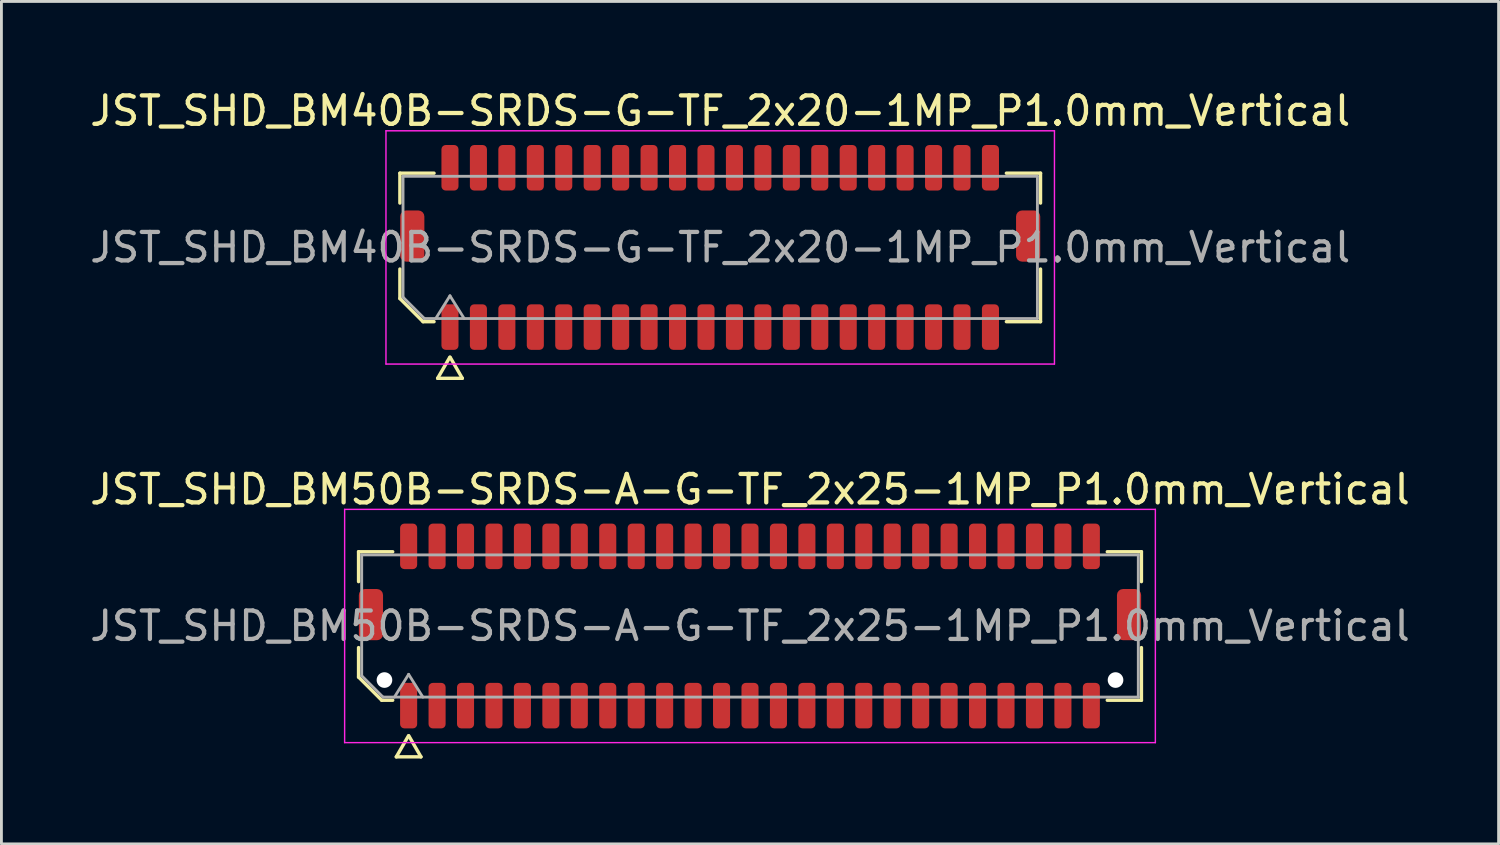
<source format=kicad_pcb>
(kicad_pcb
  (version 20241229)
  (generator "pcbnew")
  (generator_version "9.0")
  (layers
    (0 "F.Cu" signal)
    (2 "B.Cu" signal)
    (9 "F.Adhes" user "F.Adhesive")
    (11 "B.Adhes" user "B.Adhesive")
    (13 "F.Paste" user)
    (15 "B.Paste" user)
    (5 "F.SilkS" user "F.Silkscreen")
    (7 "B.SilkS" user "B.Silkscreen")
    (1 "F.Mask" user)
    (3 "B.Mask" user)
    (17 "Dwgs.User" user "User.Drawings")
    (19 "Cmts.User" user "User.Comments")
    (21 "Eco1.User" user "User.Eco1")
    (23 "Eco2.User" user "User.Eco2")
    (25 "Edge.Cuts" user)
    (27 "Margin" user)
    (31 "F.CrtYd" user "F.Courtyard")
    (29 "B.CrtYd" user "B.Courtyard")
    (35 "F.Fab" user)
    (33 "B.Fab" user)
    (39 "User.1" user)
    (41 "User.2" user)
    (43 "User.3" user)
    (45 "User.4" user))
  (footprint "JST_SHD_BM50B-SRDS-A-G-TF_2x25-1MP_P1.0mm_Vertical"
    (layer "F.Cu")
    (at 23.315 18.956)
    (property "Reference" "JST_SHD_BM50B-SRDS-A-G-TF_2x25-1MP_P1.0mm_Vertical" (at 0 -4.8 0) (layer "F.SilkS") (effects (font (size 1 1) (thickness 0.15))))
    (attr smd)
    (fp_line (start -13.76 -2.61) (end -12.56 -2.61) (stroke (width 0.12) (type solid)) (layer "F.SilkS"))
    (fp_line (start -13.76 -1.56) (end -13.76 -2.61) (stroke (width 0.12) (type solid)) (layer "F.SilkS"))
    (fp_line (start -13.76 1.796) (end -13.76 0.76) (stroke (width 0.12) (type solid)) (layer "F.SilkS"))
    (fp_line (start -12.946 2.61) (end -13.76 1.796) (stroke (width 0.12) (type solid)) (layer "F.SilkS"))
    (fp_line (start -12.56 2.61) (end -12.946 2.61) (stroke (width 0.12) (type solid)) (layer "F.SilkS"))
    (fp_line (start -12.433 4.6) (end -12.006 3.86) (stroke (width 0.12) (type solid)) (layer "F.SilkS"))
    (fp_line (start -11.994 3.86) (end -11.567 4.6) (stroke (width 0.12) (type solid)) (layer "F.SilkS"))
    (fp_line (start -11.567 4.6) (end -12.433 4.6) (stroke (width 0.12) (type solid)) (layer "F.SilkS"))
    (fp_line (start 12.56 -2.61) (end 13.76 -2.61) (stroke (width 0.12) (type solid)) (layer "F.SilkS"))
    (fp_line (start 13.76 -2.61) (end 13.76 -1.56) (stroke (width 0.12) (type solid)) (layer "F.SilkS"))
    (fp_line (start 13.76 0.76) (end 13.76 2.61) (stroke (width 0.12) (type solid)) (layer "F.SilkS"))
    (fp_line (start 13.76 2.61) (end 12.56 2.61) (stroke (width 0.12) (type solid)) (layer "F.SilkS"))
    (fp_line (start -14.25 -4.1) (end -14.25 4.1) (stroke (width 0.05) (type solid)) (layer "F.CrtYd"))
    (fp_line (start -14.25 4.1) (end 14.25 4.1) (stroke (width 0.05) (type solid)) (layer "F.CrtYd"))
    (fp_line (start 14.25 -4.1) (end -14.25 -4.1) (stroke (width 0.05) (type solid)) (layer "F.CrtYd"))
    (fp_line (start 14.25 4.1) (end 14.25 -4.1) (stroke (width 0.05) (type solid)) (layer "F.CrtYd"))
    (fp_line (start -13.65 -2.5) (end 13.65 -2.5) (stroke (width 0.1) (type solid)) (layer "F.Fab"))
    (fp_line (start -13.65 1.75) (end -13.65 -2.5) (stroke (width 0.1) (type solid)) (layer "F.Fab"))
    (fp_line (start -12.9 2.5) (end -13.65 1.75) (stroke (width 0.1) (type solid)) (layer "F.Fab"))
    (fp_line (start -12.5 2.5) (end -12 1.7) (stroke (width 0.1) (type solid)) (layer "F.Fab"))
    (fp_line (start -12 1.7) (end -11.5 2.5) (stroke (width 0.1) (type solid)) (layer "F.Fab"))
    (fp_line (start 13.65 -2.5) (end 13.65 2.5) (stroke (width 0.1) (type solid)) (layer "F.Fab"))
    (fp_line (start 13.65 2.5) (end -12.9 2.5) (stroke (width 0.1) (type solid)) (layer "F.Fab"))
    (fp_text user "${REFERENCE}" (at 0 0 0) (layer "F.Fab") (effects (font (size 1 1) (thickness 0.15))))
    (pad "" np_thru_hole circle (at -12.85 1.9) (size 0.55 0.55) (drill 0.55) (layers "*.Cu" "*.Mask"))
    (pad "" np_thru_hole circle (at 12.85 1.9) (size 0.55 0.55) (drill 0.55) (layers "*.Cu" "*.Mask"))
    (pad "1" smd roundrect (at -12 2.8) (size 0.6 1.6) (layers "F.Cu" "F.Mask" "F.Paste") (roundrect_rratio 0.25))
    (pad "2" smd roundrect (at -12 -2.8) (size 0.6 1.6) (layers "F.Cu" "F.Mask" "F.Paste") (roundrect_rratio 0.25))
    (pad "3" smd roundrect (at -11 2.8) (size 0.6 1.6) (layers "F.Cu" "F.Mask" "F.Paste") (roundrect_rratio 0.25))
    (pad "4" smd roundrect (at -11 -2.8) (size 0.6 1.6) (layers "F.Cu" "F.Mask" "F.Paste") (roundrect_rratio 0.25))
    (pad "5" smd roundrect (at -10 2.8) (size 0.6 1.6) (layers "F.Cu" "F.Mask" "F.Paste") (roundrect_rratio 0.25))
    (pad "6" smd roundrect (at -10 -2.8) (size 0.6 1.6) (layers "F.Cu" "F.Mask" "F.Paste") (roundrect_rratio 0.25))
    (pad "7" smd roundrect (at -9 2.8) (size 0.6 1.6) (layers "F.Cu" "F.Mask" "F.Paste") (roundrect_rratio 0.25))
    (pad "8" smd roundrect (at -9 -2.8) (size 0.6 1.6) (layers "F.Cu" "F.Mask" "F.Paste") (roundrect_rratio 0.25))
    (pad "9" smd roundrect (at -8 2.8) (size 0.6 1.6) (layers "F.Cu" "F.Mask" "F.Paste") (roundrect_rratio 0.25))
    (pad "10" smd roundrect (at -8 -2.8) (size 0.6 1.6) (layers "F.Cu" "F.Mask" "F.Paste") (roundrect_rratio 0.25))
    (pad "11" smd roundrect (at -7 2.8) (size 0.6 1.6) (layers "F.Cu" "F.Mask" "F.Paste") (roundrect_rratio 0.25))
    (pad "12" smd roundrect (at -7 -2.8) (size 0.6 1.6) (layers "F.Cu" "F.Mask" "F.Paste") (roundrect_rratio 0.25))
    (pad "13" smd roundrect (at -6 2.8) (size 0.6 1.6) (layers "F.Cu" "F.Mask" "F.Paste") (roundrect_rratio 0.25))
    (pad "14" smd roundrect (at -6 -2.8) (size 0.6 1.6) (layers "F.Cu" "F.Mask" "F.Paste") (roundrect_rratio 0.25))
    (pad "15" smd roundrect (at -5 2.8) (size 0.6 1.6) (layers "F.Cu" "F.Mask" "F.Paste") (roundrect_rratio 0.25))
    (pad "16" smd roundrect (at -5 -2.8) (size 0.6 1.6) (layers "F.Cu" "F.Mask" "F.Paste") (roundrect_rratio 0.25))
    (pad "17" smd roundrect (at -4 2.8) (size 0.6 1.6) (layers "F.Cu" "F.Mask" "F.Paste") (roundrect_rratio 0.25))
    (pad "18" smd roundrect (at -4 -2.8) (size 0.6 1.6) (layers "F.Cu" "F.Mask" "F.Paste") (roundrect_rratio 0.25))
    (pad "19" smd roundrect (at -3 2.8) (size 0.6 1.6) (layers "F.Cu" "F.Mask" "F.Paste") (roundrect_rratio 0.25))
    (pad "20" smd roundrect (at -3 -2.8) (size 0.6 1.6) (layers "F.Cu" "F.Mask" "F.Paste") (roundrect_rratio 0.25))
    (pad "21" smd roundrect (at -2 2.8) (size 0.6 1.6) (layers "F.Cu" "F.Mask" "F.Paste") (roundrect_rratio 0.25))
    (pad "22" smd roundrect (at -2 -2.8) (size 0.6 1.6) (layers "F.Cu" "F.Mask" "F.Paste") (roundrect_rratio 0.25))
    (pad "23" smd roundrect (at -1 2.8) (size 0.6 1.6) (layers "F.Cu" "F.Mask" "F.Paste") (roundrect_rratio 0.25))
    (pad "24" smd roundrect (at -1 -2.8) (size 0.6 1.6) (layers "F.Cu" "F.Mask" "F.Paste") (roundrect_rratio 0.25))
    (pad "25" smd roundrect (at 0 2.8) (size 0.6 1.6) (layers "F.Cu" "F.Mask" "F.Paste") (roundrect_rratio 0.25))
    (pad "26" smd roundrect (at 0 -2.8) (size 0.6 1.6) (layers "F.Cu" "F.Mask" "F.Paste") (roundrect_rratio 0.25))
    (pad "27" smd roundrect (at 1 2.8) (size 0.6 1.6) (layers "F.Cu" "F.Mask" "F.Paste") (roundrect_rratio 0.25))
    (pad "28" smd roundrect (at 1 -2.8) (size 0.6 1.6) (layers "F.Cu" "F.Mask" "F.Paste") (roundrect_rratio 0.25))
    (pad "29" smd roundrect (at 2 2.8) (size 0.6 1.6) (layers "F.Cu" "F.Mask" "F.Paste") (roundrect_rratio 0.25))
    (pad "30" smd roundrect (at 2 -2.8) (size 0.6 1.6) (layers "F.Cu" "F.Mask" "F.Paste") (roundrect_rratio 0.25))
    (pad "31" smd roundrect (at 3 2.8) (size 0.6 1.6) (layers "F.Cu" "F.Mask" "F.Paste") (roundrect_rratio 0.25))
    (pad "32" smd roundrect (at 3 -2.8) (size 0.6 1.6) (layers "F.Cu" "F.Mask" "F.Paste") (roundrect_rratio 0.25))
    (pad "33" smd roundrect (at 4 2.8) (size 0.6 1.6) (layers "F.Cu" "F.Mask" "F.Paste") (roundrect_rratio 0.25))
    (pad "34" smd roundrect (at 4 -2.8) (size 0.6 1.6) (layers "F.Cu" "F.Mask" "F.Paste") (roundrect_rratio 0.25))
    (pad "35" smd roundrect (at 5 2.8) (size 0.6 1.6) (layers "F.Cu" "F.Mask" "F.Paste") (roundrect_rratio 0.25))
    (pad "36" smd roundrect (at 5 -2.8) (size 0.6 1.6) (layers "F.Cu" "F.Mask" "F.Paste") (roundrect_rratio 0.25))
    (pad "37" smd roundrect (at 6 2.8) (size 0.6 1.6) (layers "F.Cu" "F.Mask" "F.Paste") (roundrect_rratio 0.25))
    (pad "38" smd roundrect (at 6 -2.8) (size 0.6 1.6) (layers "F.Cu" "F.Mask" "F.Paste") (roundrect_rratio 0.25))
    (pad "39" smd roundrect (at 7 2.8) (size 0.6 1.6) (layers "F.Cu" "F.Mask" "F.Paste") (roundrect_rratio 0.25))
    (pad "40" smd roundrect (at 7 -2.8) (size 0.6 1.6) (layers "F.Cu" "F.Mask" "F.Paste") (roundrect_rratio 0.25))
    (pad "41" smd roundrect (at 8 2.8) (size 0.6 1.6) (layers "F.Cu" "F.Mask" "F.Paste") (roundrect_rratio 0.25))
    (pad "42" smd roundrect (at 8 -2.8) (size 0.6 1.6) (layers "F.Cu" "F.Mask" "F.Paste") (roundrect_rratio 0.25))
    (pad "43" smd roundrect (at 9 2.8) (size 0.6 1.6) (layers "F.Cu" "F.Mask" "F.Paste") (roundrect_rratio 0.25))
    (pad "44" smd roundrect (at 9 -2.8) (size 0.6 1.6) (layers "F.Cu" "F.Mask" "F.Paste") (roundrect_rratio 0.25))
    (pad "45" smd roundrect (at 10 2.8) (size 0.6 1.6) (layers "F.Cu" "F.Mask" "F.Paste") (roundrect_rratio 0.25))
    (pad "46" smd roundrect (at 10 -2.8) (size 0.6 1.6) (layers "F.Cu" "F.Mask" "F.Paste") (roundrect_rratio 0.25))
    (pad "47" smd roundrect (at 11 2.8) (size 0.6 1.6) (layers "F.Cu" "F.Mask" "F.Paste") (roundrect_rratio 0.25))
    (pad "48" smd roundrect (at 11 -2.8) (size 0.6 1.6) (layers "F.Cu" "F.Mask" "F.Paste") (roundrect_rratio 0.25))
    (pad "49" smd roundrect (at 12 2.8) (size 0.6 1.6) (layers "F.Cu" "F.Mask" "F.Paste") (roundrect_rratio 0.25))
    (pad "50" smd roundrect (at 12 -2.8) (size 0.6 1.6) (layers "F.Cu" "F.Mask" "F.Paste") (roundrect_rratio 0.25))
    (pad "MP" smd roundrect (at -13.325 -0.4) (size 0.85 1.8) (layers "F.Cu" "F.Mask" "F.Paste") (roundrect_rratio 0.25))
    (pad "MP" smd roundrect (at 13.325 -0.4) (size 0.85 1.8) (layers "F.Cu" "F.Mask" "F.Paste") (roundrect_rratio 0.25)))
  (footprint "JST_SHD_BM40B-SRDS-G-TF_2x20-1MP_P1.0mm_Vertical"
    (layer "F.Cu")
    (at 22.268 5.648)
    (property "Reference" "JST_SHD_BM40B-SRDS-G-TF_2x20-1MP_P1.0mm_Vertical" (at 0 -4.8 0) (layer "F.SilkS") (effects (font (size 1 1) (thickness 0.15))))
    (attr smd)
    (fp_line (start -11.26 -2.61) (end -10.06 -2.61) (stroke (width 0.12) (type solid)) (layer "F.SilkS"))
    (fp_line (start -11.26 -1.56) (end -11.26 -2.61) (stroke (width 0.12) (type solid)) (layer "F.SilkS"))
    (fp_line (start -11.26 1.796) (end -11.26 0.76) (stroke (width 0.12) (type solid)) (layer "F.SilkS"))
    (fp_line (start -10.446 2.61) (end -11.26 1.796) (stroke (width 0.12) (type solid)) (layer "F.SilkS"))
    (fp_line (start -10.06 2.61) (end -10.446 2.61) (stroke (width 0.12) (type solid)) (layer "F.SilkS"))
    (fp_line (start -9.933 4.6) (end -9.506 3.86) (stroke (width 0.12) (type solid)) (layer "F.SilkS"))
    (fp_line (start -9.494 3.86) (end -9.067 4.6) (stroke (width 0.12) (type solid)) (layer "F.SilkS"))
    (fp_line (start -9.067 4.6) (end -9.933 4.6) (stroke (width 0.12) (type solid)) (layer "F.SilkS"))
    (fp_line (start 10.06 -2.61) (end 11.26 -2.61) (stroke (width 0.12) (type solid)) (layer "F.SilkS"))
    (fp_line (start 11.26 -2.61) (end 11.26 -1.56) (stroke (width 0.12) (type solid)) (layer "F.SilkS"))
    (fp_line (start 11.26 0.76) (end 11.26 2.61) (stroke (width 0.12) (type solid)) (layer "F.SilkS"))
    (fp_line (start 11.26 2.61) (end 10.06 2.61) (stroke (width 0.12) (type solid)) (layer "F.SilkS"))
    (fp_line (start -11.75 -4.1) (end -11.75 4.1) (stroke (width 0.05) (type solid)) (layer "F.CrtYd"))
    (fp_line (start -11.75 4.1) (end 11.75 4.1) (stroke (width 0.05) (type solid)) (layer "F.CrtYd"))
    (fp_line (start 11.75 -4.1) (end -11.75 -4.1) (stroke (width 0.05) (type solid)) (layer "F.CrtYd"))
    (fp_line (start 11.75 4.1) (end 11.75 -4.1) (stroke (width 0.05) (type solid)) (layer "F.CrtYd"))
    (fp_line (start -11.15 -2.5) (end 11.15 -2.5) (stroke (width 0.1) (type solid)) (layer "F.Fab"))
    (fp_line (start -11.15 1.75) (end -11.15 -2.5) (stroke (width 0.1) (type solid)) (layer "F.Fab"))
    (fp_line (start -10.4 2.5) (end -11.15 1.75) (stroke (width 0.1) (type solid)) (layer "F.Fab"))
    (fp_line (start -10 2.5) (end -9.5 1.7) (stroke (width 0.1) (type solid)) (layer "F.Fab"))
    (fp_line (start -9.5 1.7) (end -9 2.5) (stroke (width 0.1) (type solid)) (layer "F.Fab"))
    (fp_line (start 11.15 -2.5) (end 11.15 2.5) (stroke (width 0.1) (type solid)) (layer "F.Fab"))
    (fp_line (start 11.15 2.5) (end -10.4 2.5) (stroke (width 0.1) (type solid)) (layer "F.Fab"))
    (fp_text user "${REFERENCE}" (at 0 0 0) (layer "F.Fab") (effects (font (size 1 1) (thickness 0.15))))
    (pad "1" smd roundrect (at -9.5 2.8) (size 0.6 1.6) (layers "F.Cu" "F.Mask" "F.Paste") (roundrect_rratio 0.25))
    (pad "2" smd roundrect (at -9.5 -2.8) (size 0.6 1.6) (layers "F.Cu" "F.Mask" "F.Paste") (roundrect_rratio 0.25))
    (pad "3" smd roundrect (at -8.5 2.8) (size 0.6 1.6) (layers "F.Cu" "F.Mask" "F.Paste") (roundrect_rratio 0.25))
    (pad "4" smd roundrect (at -8.5 -2.8) (size 0.6 1.6) (layers "F.Cu" "F.Mask" "F.Paste") (roundrect_rratio 0.25))
    (pad "5" smd roundrect (at -7.5 2.8) (size 0.6 1.6) (layers "F.Cu" "F.Mask" "F.Paste") (roundrect_rratio 0.25))
    (pad "6" smd roundrect (at -7.5 -2.8) (size 0.6 1.6) (layers "F.Cu" "F.Mask" "F.Paste") (roundrect_rratio 0.25))
    (pad "7" smd roundrect (at -6.5 2.8) (size 0.6 1.6) (layers "F.Cu" "F.Mask" "F.Paste") (roundrect_rratio 0.25))
    (pad "8" smd roundrect (at -6.5 -2.8) (size 0.6 1.6) (layers "F.Cu" "F.Mask" "F.Paste") (roundrect_rratio 0.25))
    (pad "9" smd roundrect (at -5.5 2.8) (size 0.6 1.6) (layers "F.Cu" "F.Mask" "F.Paste") (roundrect_rratio 0.25))
    (pad "10" smd roundrect (at -5.5 -2.8) (size 0.6 1.6) (layers "F.Cu" "F.Mask" "F.Paste") (roundrect_rratio 0.25))
    (pad "11" smd roundrect (at -4.5 2.8) (size 0.6 1.6) (layers "F.Cu" "F.Mask" "F.Paste") (roundrect_rratio 0.25))
    (pad "12" smd roundrect (at -4.5 -2.8) (size 0.6 1.6) (layers "F.Cu" "F.Mask" "F.Paste") (roundrect_rratio 0.25))
    (pad "13" smd roundrect (at -3.5 2.8) (size 0.6 1.6) (layers "F.Cu" "F.Mask" "F.Paste") (roundrect_rratio 0.25))
    (pad "14" smd roundrect (at -3.5 -2.8) (size 0.6 1.6) (layers "F.Cu" "F.Mask" "F.Paste") (roundrect_rratio 0.25))
    (pad "15" smd roundrect (at -2.5 2.8) (size 0.6 1.6) (layers "F.Cu" "F.Mask" "F.Paste") (roundrect_rratio 0.25))
    (pad "16" smd roundrect (at -2.5 -2.8) (size 0.6 1.6) (layers "F.Cu" "F.Mask" "F.Paste") (roundrect_rratio 0.25))
    (pad "17" smd roundrect (at -1.5 2.8) (size 0.6 1.6) (layers "F.Cu" "F.Mask" "F.Paste") (roundrect_rratio 0.25))
    (pad "18" smd roundrect (at -1.5 -2.8) (size 0.6 1.6) (layers "F.Cu" "F.Mask" "F.Paste") (roundrect_rratio 0.25))
    (pad "19" smd roundrect (at -0.5 2.8) (size 0.6 1.6) (layers "F.Cu" "F.Mask" "F.Paste") (roundrect_rratio 0.25))
    (pad "20" smd roundrect (at -0.5 -2.8) (size 0.6 1.6) (layers "F.Cu" "F.Mask" "F.Paste") (roundrect_rratio 0.25))
    (pad "21" smd roundrect (at 0.5 2.8) (size 0.6 1.6) (layers "F.Cu" "F.Mask" "F.Paste") (roundrect_rratio 0.25))
    (pad "22" smd roundrect (at 0.5 -2.8) (size 0.6 1.6) (layers "F.Cu" "F.Mask" "F.Paste") (roundrect_rratio 0.25))
    (pad "23" smd roundrect (at 1.5 2.8) (size 0.6 1.6) (layers "F.Cu" "F.Mask" "F.Paste") (roundrect_rratio 0.25))
    (pad "24" smd roundrect (at 1.5 -2.8) (size 0.6 1.6) (layers "F.Cu" "F.Mask" "F.Paste") (roundrect_rratio 0.25))
    (pad "25" smd roundrect (at 2.5 2.8) (size 0.6 1.6) (layers "F.Cu" "F.Mask" "F.Paste") (roundrect_rratio 0.25))
    (pad "26" smd roundrect (at 2.5 -2.8) (size 0.6 1.6) (layers "F.Cu" "F.Mask" "F.Paste") (roundrect_rratio 0.25))
    (pad "27" smd roundrect (at 3.5 2.8) (size 0.6 1.6) (layers "F.Cu" "F.Mask" "F.Paste") (roundrect_rratio 0.25))
    (pad "28" smd roundrect (at 3.5 -2.8) (size 0.6 1.6) (layers "F.Cu" "F.Mask" "F.Paste") (roundrect_rratio 0.25))
    (pad "29" smd roundrect (at 4.5 2.8) (size 0.6 1.6) (layers "F.Cu" "F.Mask" "F.Paste") (roundrect_rratio 0.25))
    (pad "30" smd roundrect (at 4.5 -2.8) (size 0.6 1.6) (layers "F.Cu" "F.Mask" "F.Paste") (roundrect_rratio 0.25))
    (pad "31" smd roundrect (at 5.5 2.8) (size 0.6 1.6) (layers "F.Cu" "F.Mask" "F.Paste") (roundrect_rratio 0.25))
    (pad "32" smd roundrect (at 5.5 -2.8) (size 0.6 1.6) (layers "F.Cu" "F.Mask" "F.Paste") (roundrect_rratio 0.25))
    (pad "33" smd roundrect (at 6.5 2.8) (size 0.6 1.6) (layers "F.Cu" "F.Mask" "F.Paste") (roundrect_rratio 0.25))
    (pad "34" smd roundrect (at 6.5 -2.8) (size 0.6 1.6) (layers "F.Cu" "F.Mask" "F.Paste") (roundrect_rratio 0.25))
    (pad "35" smd roundrect (at 7.5 2.8) (size 0.6 1.6) (layers "F.Cu" "F.Mask" "F.Paste") (roundrect_rratio 0.25))
    (pad "36" smd roundrect (at 7.5 -2.8) (size 0.6 1.6) (layers "F.Cu" "F.Mask" "F.Paste") (roundrect_rratio 0.25))
    (pad "37" smd roundrect (at 8.5 2.8) (size 0.6 1.6) (layers "F.Cu" "F.Mask" "F.Paste") (roundrect_rratio 0.25))
    (pad "38" smd roundrect (at 8.5 -2.8) (size 0.6 1.6) (layers "F.Cu" "F.Mask" "F.Paste") (roundrect_rratio 0.25))
    (pad "39" smd roundrect (at 9.5 2.8) (size 0.6 1.6) (layers "F.Cu" "F.Mask" "F.Paste") (roundrect_rratio 0.25))
    (pad "40" smd roundrect (at 9.5 -2.8) (size 0.6 1.6) (layers "F.Cu" "F.Mask" "F.Paste") (roundrect_rratio 0.25))
    (pad "MP" smd roundrect (at -10.825 -0.4) (size 0.85 1.8) (layers "F.Cu" "F.Mask" "F.Paste") (roundrect_rratio 0.25))
    (pad "MP" smd roundrect (at 10.825 -0.4) (size 0.85 1.8) (layers "F.Cu" "F.Mask" "F.Paste") (roundrect_rratio 0.25)))
  (gr_rect
    (start -3 -3)
    (end 49.631 26.616)
    (stroke (width 0.1) (type default))
    (fill no)
    (layer "Edge.Cuts")))
</source>
